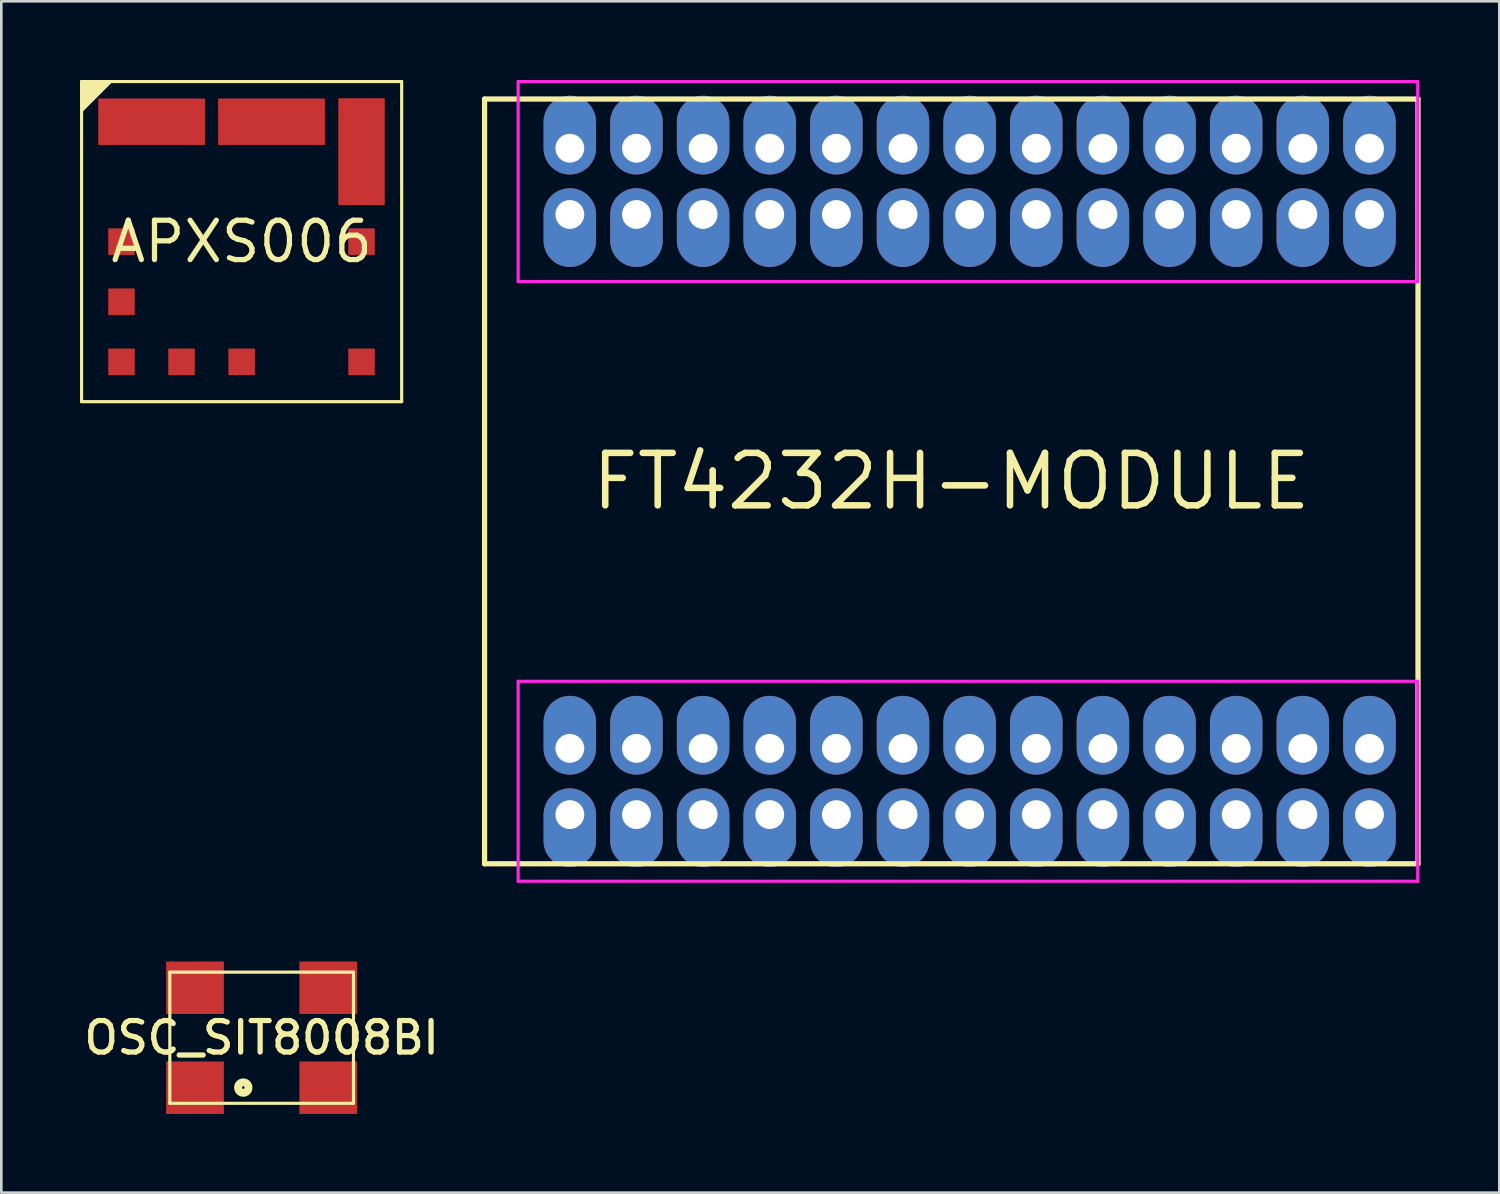
<source format=kicad_pcb>
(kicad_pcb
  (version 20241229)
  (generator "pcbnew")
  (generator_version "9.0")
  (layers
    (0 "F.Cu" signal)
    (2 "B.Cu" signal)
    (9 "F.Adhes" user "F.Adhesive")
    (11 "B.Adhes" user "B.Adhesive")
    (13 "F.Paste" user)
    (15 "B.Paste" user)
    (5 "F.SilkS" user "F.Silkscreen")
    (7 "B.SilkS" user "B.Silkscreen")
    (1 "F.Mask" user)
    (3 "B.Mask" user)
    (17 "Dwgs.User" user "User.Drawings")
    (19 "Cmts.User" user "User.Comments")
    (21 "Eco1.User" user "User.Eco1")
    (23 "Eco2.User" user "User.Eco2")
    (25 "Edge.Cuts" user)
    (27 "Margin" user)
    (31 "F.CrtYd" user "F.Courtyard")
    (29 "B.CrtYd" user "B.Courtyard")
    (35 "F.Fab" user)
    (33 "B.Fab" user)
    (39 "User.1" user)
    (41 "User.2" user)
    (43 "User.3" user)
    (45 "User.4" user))
  (footprint "APXS006"
    (layer "F.Cu")
    (at 6.16 6.16)
    (property "Reference" "APXS006" (at 0 0 0) (layer "F.SilkS") (effects (font (size 1.5 1.5) (thickness 0.2))))
    (attr through_hole)
    (fp_line (start -6.1 -6.1) (end 6.1 -6.1) (stroke (width 0.12) (type solid)) (layer "F.SilkS"))
    (fp_line (start -6.1 -5) (end -5 -6.1) (stroke (width 0.12) (type solid)) (layer "F.SilkS"))
    (fp_line (start -6.1 6.1) (end -6.1 -6.1) (stroke (width 0.12) (type solid)) (layer "F.SilkS"))
    (fp_line (start 6.1 -6.1) (end 6.1 6.1) (stroke (width 0.12) (type solid)) (layer "F.SilkS"))
    (fp_line (start 6.1 6.1) (end -6.1 6.1) (stroke (width 0.12) (type solid)) (layer "F.SilkS"))
    (fp_poly (pts (xy -6.1 -6.1) (xy -5 -6.1) (xy -6.1 -5)) (stroke (width 0.1) (type solid)) (fill yes) (layer "F.SilkS"))
    (pad "1" smd rect (at -4.58 0) (size 1.01 1.01) (layers "F.Cu" "F.Mask" "F.Paste"))
    (pad "2" smd rect (at -3.43 -4.57 90) (size 1.77 4.07) (layers "F.Cu" "F.Mask" "F.Paste"))
    (pad "3" smd rect (at 1.14 -4.57 90) (size 1.77 4.07) (layers "F.Cu" "F.Mask" "F.Paste"))
    (pad "4" smd rect (at 4.57 -3.43) (size 1.77 4.07) (layers "F.Cu" "F.Mask" "F.Paste"))
    (pad "5" smd rect (at 4.57 0) (size 1.01 1.01) (layers "F.Cu" "F.Mask" "F.Paste"))
    (pad "6" smd rect (at 4.57 4.58) (size 1.01 1.01) (layers "F.Cu" "F.Mask" "F.Paste"))
    (pad "7" smd rect (at 0 4.58) (size 1.01 1.01) (layers "F.Cu" "F.Mask" "F.Paste"))
    (pad "8" smd rect (at -2.29 4.58) (size 1.01 1.01) (layers "F.Cu" "F.Mask" "F.Paste"))
    (pad "9" smd rect (at -4.58 4.58) (size 1.01 1.01) (layers "F.Cu" "F.Mask" "F.Paste"))
    (pad "10" smd rect (at -4.58 2.29) (size 1.01 1.01) (layers "F.Cu" "F.Mask" "F.Paste")))
  (footprint "FT4232H-MODULE"
    (layer "F.Cu")
    (at 33.21 15.3)
    (property "Reference" "FT4232H-MODULE" (at 0 0 0) (layer "F.SilkS") (effects (font (size 2 2) (thickness 0.25))))
    (attr through_hole)
    (fp_line (start -17.79 -14.575) (end -17.79 14.575) (stroke (width 0.2) (type solid)) (layer "F.SilkS"))
    (fp_line (start 17.79 -14.575) (end -17.79 -14.575) (stroke (width 0.2) (type solid)) (layer "F.SilkS"))
    (fp_line (start 17.79 -14.575) (end 17.79 14.575) (stroke (width 0.2) (type solid)) (layer "F.SilkS"))
    (fp_line (start 17.79 14.575) (end -17.79 14.575) (stroke (width 0.2) (type solid)) (layer "F.SilkS"))
    (fp_line (start -16.51 -15.24) (end -16.51 -7.62) (stroke (width 0.12) (type solid)) (layer "F.CrtYd"))
    (fp_line (start -16.51 -7.62) (end 17.78 -7.62) (stroke (width 0.12) (type solid)) (layer "F.CrtYd"))
    (fp_line (start -16.51 7.62) (end -16.51 15.24) (stroke (width 0.12) (type solid)) (layer "F.CrtYd"))
    (fp_line (start -16.51 15.24) (end 17.78 15.24) (stroke (width 0.12) (type solid)) (layer "F.CrtYd"))
    (fp_line (start 17.78 -15.24) (end -16.51 -15.24) (stroke (width 0.12) (type solid)) (layer "F.CrtYd"))
    (fp_line (start 17.78 -7.62) (end 17.78 -15.24) (stroke (width 0.12) (type solid)) (layer "F.CrtYd"))
    (fp_line (start 17.78 7.62) (end -16.51 7.62) (stroke (width 0.12) (type solid)) (layer "F.CrtYd"))
    (fp_line (start 17.78 15.24) (end 17.78 7.62) (stroke (width 0.12) (type solid)) (layer "F.CrtYd"))
    (pad "2-1" thru_hole oval (at -14.54 12.7) (size 2 3) (drill 1.1 (offset 0 0.5)) (layers "*.Cu" "*.Mask"))
    (pad "2-2" thru_hole oval (at -14.54 10.175 180) (size 2 3) (drill 1.1 (offset 0 0.5)) (layers "*.Cu" "*.Mask"))
    (pad "2-3" thru_hole oval (at -12 12.7) (size 2 3) (drill 1.1 (offset 0 0.5)) (layers "*.Cu" "*.Mask"))
    (pad "2-4" thru_hole oval (at -12 10.175 180) (size 2 3) (drill 1.1 (offset 0 0.5)) (layers "*.Cu" "*.Mask"))
    (pad "2-5" thru_hole oval (at -9.46 12.7) (size 2 3) (drill 1.1 (offset 0 0.5)) (layers "*.Cu" "*.Mask"))
    (pad "2-6" thru_hole oval (at -9.46 10.175 180) (size 2 3) (drill 1.1 (offset 0 0.5)) (layers "*.Cu" "*.Mask"))
    (pad "2-7" thru_hole oval (at -6.92 12.7) (size 2 3) (drill 1.1 (offset 0 0.5)) (layers "*.Cu" "*.Mask"))
    (pad "2-8" thru_hole oval (at -6.92 10.175 180) (size 2 3) (drill 1.1 (offset 0 0.5)) (layers "*.Cu" "*.Mask"))
    (pad "2-9" thru_hole oval (at -4.38 12.7) (size 2 3) (drill 1.1 (offset 0 0.5)) (layers "*.Cu" "*.Mask"))
    (pad "2-10" thru_hole oval (at -4.38 10.175 180) (size 2 3) (drill 1.1 (offset 0 0.5)) (layers "*.Cu" "*.Mask"))
    (pad "2-11" thru_hole oval (at -1.84 12.7) (size 2 3) (drill 1.1 (offset 0 0.5)) (layers "*.Cu" "*.Mask"))
    (pad "2-12" thru_hole oval (at -1.84 10.175 180) (size 2 3) (drill 1.1 (offset 0 0.5)) (layers "*.Cu" "*.Mask"))
    (pad "2-13" thru_hole oval (at 0.7 12.7) (size 2 3) (drill 1.1 (offset 0 0.5)) (layers "*.Cu" "*.Mask"))
    (pad "2-14" thru_hole oval (at 0.7 10.175 180) (size 2 3) (drill 1.1 (offset 0 0.5)) (layers "*.Cu" "*.Mask"))
    (pad "2-15" thru_hole oval (at 3.24 12.7) (size 2 3) (drill 1.1 (offset 0 0.5)) (layers "*.Cu" "*.Mask"))
    (pad "2-16" thru_hole oval (at 3.24 10.175 180) (size 2 3) (drill 1.1 (offset 0 0.5)) (layers "*.Cu" "*.Mask"))
    (pad "2-17" thru_hole oval (at 5.78 12.7) (size 2 3) (drill 1.1 (offset 0 0.5)) (layers "*.Cu" "*.Mask"))
    (pad "2-18" thru_hole oval (at 5.78 10.175 180) (size 2 3) (drill 1.1 (offset 0 0.5)) (layers "*.Cu" "*.Mask"))
    (pad "2-19" thru_hole oval (at 8.32 12.7) (size 2 3) (drill 1.1 (offset 0 0.5)) (layers "*.Cu" "*.Mask"))
    (pad "2-20" thru_hole oval (at 8.32 10.175 180) (size 2 3) (drill 1.1 (offset 0 0.5)) (layers "*.Cu" "*.Mask"))
    (pad "2-21" thru_hole oval (at 10.86 12.7) (size 2 3) (drill 1.1 (offset 0 0.5)) (layers "*.Cu" "*.Mask"))
    (pad "2-22" thru_hole oval (at 10.86 10.175 180) (size 2 3) (drill 1.1 (offset 0 0.5)) (layers "*.Cu" "*.Mask"))
    (pad "2-23" thru_hole oval (at 13.4 12.7) (size 2 3) (drill 1.1 (offset 0 0.5)) (layers "*.Cu" "*.Mask"))
    (pad "2-24" thru_hole oval (at 13.4 10.175 180) (size 2 3) (drill 1.1 (offset 0 0.5)) (layers "*.Cu" "*.Mask"))
    (pad "2-25" thru_hole oval (at 15.94 12.7) (size 2 3) (drill 1.1 (offset 0 0.5)) (layers "*.Cu" "*.Mask"))
    (pad "2-26" thru_hole oval (at 15.94 10.175 180) (size 2 3) (drill 1.1 (offset 0 0.5)) (layers "*.Cu" "*.Mask"))
    (pad "3-1" thru_hole oval (at -14.54 -10.175) (size 2 3) (drill 1.1 (offset 0 0.5)) (layers "*.Cu" "*.Mask"))
    (pad "3-2" thru_hole oval (at -14.54 -12.7 180) (size 2 3) (drill 1.1 (offset 0 0.5)) (layers "*.Cu" "*.Mask"))
    (pad "3-3" thru_hole oval (at -12 -10.175) (size 2 3) (drill 1.1 (offset 0 0.5)) (layers "*.Cu" "*.Mask"))
    (pad "3-4" thru_hole oval (at -12 -12.7 180) (size 2 3) (drill 1.1 (offset 0 0.5)) (layers "*.Cu" "*.Mask"))
    (pad "3-5" thru_hole oval (at -9.46 -10.175) (size 2 3) (drill 1.1 (offset 0 0.5)) (layers "*.Cu" "*.Mask"))
    (pad "3-6" thru_hole oval (at -9.46 -12.7 180) (size 2 3) (drill 1.1 (offset 0 0.5)) (layers "*.Cu" "*.Mask"))
    (pad "3-7" thru_hole oval (at -6.92 -10.175) (size 2 3) (drill 1.1 (offset 0 0.5)) (layers "*.Cu" "*.Mask"))
    (pad "3-8" thru_hole oval (at -6.92 -12.7 180) (size 2 3) (drill 1.1 (offset 0 0.5)) (layers "*.Cu" "*.Mask"))
    (pad "3-9" thru_hole oval (at -4.38 -10.175) (size 2 3) (drill 1.1 (offset 0 0.5)) (layers "*.Cu" "*.Mask"))
    (pad "3-10" thru_hole oval (at -4.38 -12.7 180) (size 2 3) (drill 1.1 (offset 0 0.5)) (layers "*.Cu" "*.Mask"))
    (pad "3-11" thru_hole oval (at -1.84 -10.175) (size 2 3) (drill 1.1 (offset 0 0.5)) (layers "*.Cu" "*.Mask"))
    (pad "3-12" thru_hole oval (at -1.84 -12.7 180) (size 2 3) (drill 1.1 (offset 0 0.5)) (layers "*.Cu" "*.Mask"))
    (pad "3-13" thru_hole oval (at 0.7 -10.175) (size 2 3) (drill 1.1 (offset 0 0.5)) (layers "*.Cu" "*.Mask"))
    (pad "3-14" thru_hole oval (at 0.7 -12.7 180) (size 2 3) (drill 1.1 (offset 0 0.5)) (layers "*.Cu" "*.Mask"))
    (pad "3-15" thru_hole oval (at 3.24 -10.175) (size 2 3) (drill 1.1 (offset 0 0.5)) (layers "*.Cu" "*.Mask"))
    (pad "3-16" thru_hole oval (at 3.24 -12.7 180) (size 2 3) (drill 1.1 (offset 0 0.5)) (layers "*.Cu" "*.Mask"))
    (pad "3-17" thru_hole oval (at 5.78 -10.175) (size 2 3) (drill 1.1 (offset 0 0.5)) (layers "*.Cu" "*.Mask"))
    (pad "3-18" thru_hole oval (at 5.78 -12.7 180) (size 2 3) (drill 1.1 (offset 0 0.5)) (layers "*.Cu" "*.Mask"))
    (pad "3-19" thru_hole oval (at 8.32 -10.175) (size 2 3) (drill 1.1 (offset 0 0.5)) (layers "*.Cu" "*.Mask"))
    (pad "3-20" thru_hole oval (at 8.32 -12.7 180) (size 2 3) (drill 1.1 (offset 0 0.5)) (layers "*.Cu" "*.Mask"))
    (pad "3-21" thru_hole oval (at 10.86 -10.175) (size 2 3) (drill 1.1 (offset 0 0.5)) (layers "*.Cu" "*.Mask"))
    (pad "3-22" thru_hole oval (at 10.86 -12.7 180) (size 2 3) (drill 1.1 (offset 0 0.5)) (layers "*.Cu" "*.Mask"))
    (pad "3-23" thru_hole oval (at 13.4 -10.175) (size 2 3) (drill 1.1 (offset 0 0.5)) (layers "*.Cu" "*.Mask"))
    (pad "3-24" thru_hole oval (at 13.4 -12.7 180) (size 2 3) (drill 1.1 (offset 0 0.5)) (layers "*.Cu" "*.Mask"))
    (pad "3-25" thru_hole oval (at 15.94 -10.175) (size 2 3) (drill 1.1 (offset 0 0.5)) (layers "*.Cu" "*.Mask"))
    (pad "3-26" thru_hole oval (at 15.94 -12.7 180) (size 2 3) (drill 1.1 (offset 0 0.5)) (layers "*.Cu" "*.Mask")))
  (footprint "OSC_SIT8008BI"
    (layer "F.Cu")
    (at 6.923 36.505)
    (property "Reference" "OSC_SIT8008BI" (at 0 0 0) (layer "F.SilkS") (effects (font (size 1.2 1.2) (thickness 0.2))))
    (attr through_hole)
    (fp_line (start -3.5 -2.5) (end 3.5 -2.5) (stroke (width 0.12) (type solid)) (layer "F.SilkS"))
    (fp_line (start -3.5 2.5) (end -3.5 -2.5) (stroke (width 0.12) (type solid)) (layer "F.SilkS"))
    (fp_line (start 3.5 -2.5) (end 3.5 2.5) (stroke (width 0.12) (type solid)) (layer "F.SilkS"))
    (fp_line (start 3.5 2.5) (end -3.5 2.5) (stroke (width 0.12) (type solid)) (layer "F.SilkS"))
    (fp_circle (center -0.7 1.9) (end -0.5 1.9) (stroke (width 0.3) (type solid)) (fill no) (layer "F.SilkS"))
    (pad "1" smd rect (at -2.54 1.905) (size 2.2 2) (layers "F.Cu" "F.Mask" "F.Paste"))
    (pad "2" smd rect (at 2.54 1.905) (size 2.2 2) (layers "F.Cu" "F.Mask" "F.Paste"))
    (pad "3" smd rect (at 2.54 -1.905) (size 2.2 2) (layers "F.Cu" "F.Mask" "F.Paste"))
    (pad "4" smd rect (at -2.54 -1.905) (size 2.2 2) (layers "F.Cu" "F.Mask" "F.Paste")))
  (gr_rect
    (start -3 -3)
    (end 54.1 42.41)
    (stroke (width 0.1) (type default))
    (fill no)
    (layer "Edge.Cuts")))
</source>
